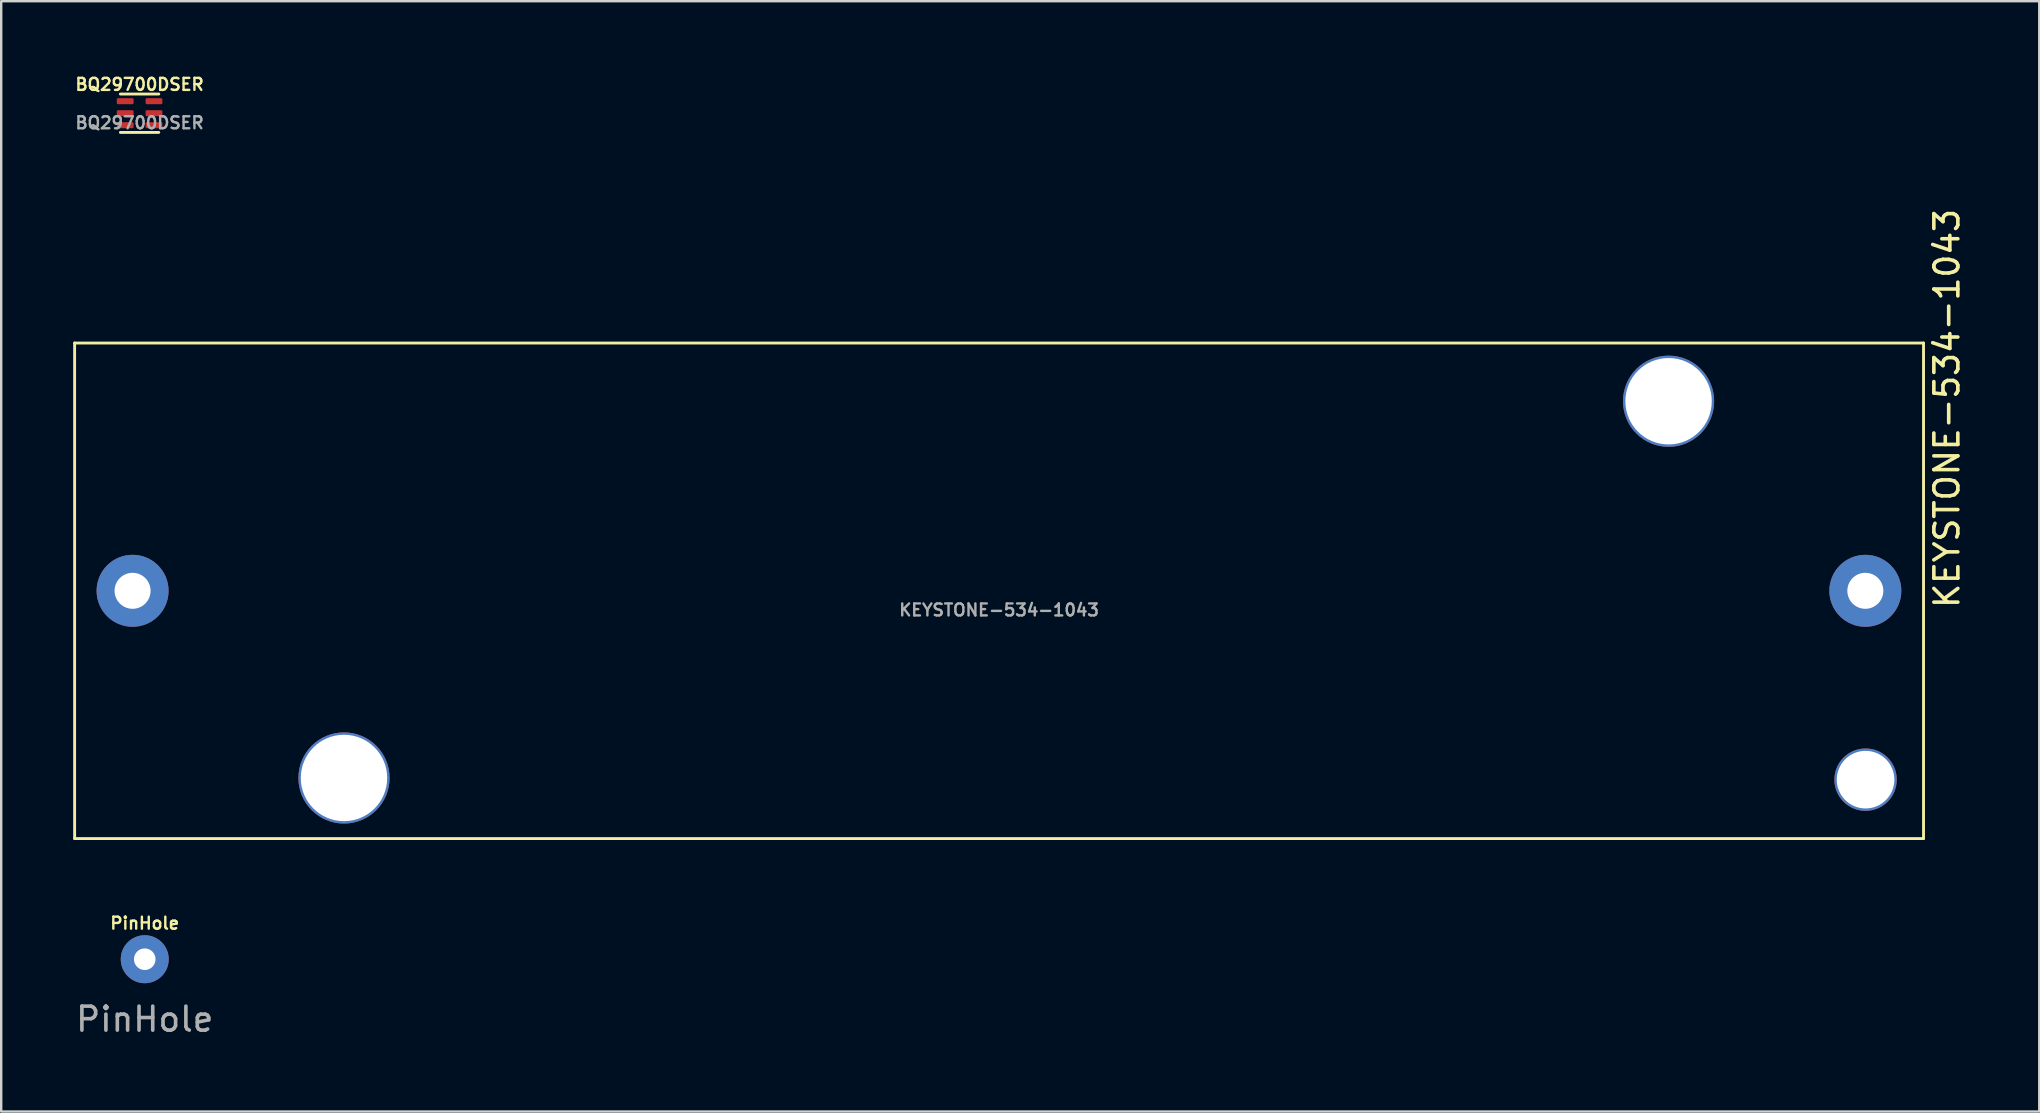
<source format=kicad_pcb>
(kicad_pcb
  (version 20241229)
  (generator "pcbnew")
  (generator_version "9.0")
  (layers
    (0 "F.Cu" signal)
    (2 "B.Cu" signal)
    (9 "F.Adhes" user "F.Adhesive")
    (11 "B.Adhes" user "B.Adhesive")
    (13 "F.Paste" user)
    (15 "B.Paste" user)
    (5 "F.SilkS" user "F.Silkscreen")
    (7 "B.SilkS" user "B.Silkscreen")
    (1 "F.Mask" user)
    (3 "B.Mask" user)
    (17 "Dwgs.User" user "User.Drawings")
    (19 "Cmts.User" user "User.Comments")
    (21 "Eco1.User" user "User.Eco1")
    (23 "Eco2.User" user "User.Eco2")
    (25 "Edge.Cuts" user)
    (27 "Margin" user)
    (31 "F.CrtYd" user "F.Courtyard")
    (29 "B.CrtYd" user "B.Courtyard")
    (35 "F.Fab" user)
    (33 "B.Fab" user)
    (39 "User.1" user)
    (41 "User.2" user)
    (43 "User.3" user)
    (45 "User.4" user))
  (footprint "KEYSTONE-534-1043"
    (layer "F.Cu")
    (at 38.585 21.571)
    (property "Reference" "KEYSTONE-534-1043" (at 39.5 -7.6 90) (unlocked yes) (layer "F.SilkS") (effects (font (size 1 1) (thickness 0.15))))
    (attr through_hole)
    (fp_line (start -38.525 -10.325) (end 38.525 -10.325) (stroke (width 0.12) (type solid)) (layer "F.SilkS"))
    (fp_line (start -38.525 10.325) (end -38.525 -10.325) (stroke (width 0.12) (type solid)) (layer "F.SilkS"))
    (fp_line (start -38.525 10.325) (end 38.525 10.325) (stroke (width 0.12) (type solid)) (layer "F.SilkS"))
    (fp_line (start 38.525 -10.325) (end 38.525 10.325) (stroke (width 0.12) (type solid)) (layer "F.SilkS"))
    (fp_text user "${REFERENCE}" (at 0 0.8 0) (unlocked yes) (layer "F.Fab") (effects (font (size 0.5 0.5) (thickness 0.1))))
    (pad "" np_thru_hole circle (at -27.3 7.8) (size 3.8 3.8) (drill 3.6) (layers "*.Cu" "*.Mask"))
    (pad "" np_thru_hole circle (at 27.9 -7.9) (size 3.8 3.8) (drill 3.6) (layers "*.Cu" "*.Mask"))
    (pad "" np_thru_hole circle (at 36.11 7.87) (size 2.6 2.6) (drill 2.4) (layers "*.Cu" "*.Mask"))
    (pad "1" thru_hole circle (at 36.1 0) (size 3 3) (drill 1.5) (layers "*.Cu" "*.Mask"))
    (pad "2" thru_hole circle (at -36.11 0) (size 3 3) (drill 1.5) (layers "*.Cu" "*.Mask")))
  (footprint "BQ29700DSER"
    (layer "F.Cu")
    (at 2.767 1.668)
    (property "Reference" "BQ29700DSER" (at 0 -1.2 0) (unlocked yes) (layer "F.SilkS") (effects (font (size 0.5 0.5) (thickness 0.1))))
    (attr smd)
    (fp_line (start -0.8 -0.8) (end 0.8 -0.8) (stroke (width 0.12) (type solid)) (layer "F.SilkS"))
    (fp_line (start -0.8 0.8) (end 0.8 0.8) (stroke (width 0.12) (type solid)) (layer "F.SilkS"))
    (fp_text user "${REFERENCE}" (at 0 0.4 0) (unlocked yes) (layer "F.Fab") (effects (font (size 0.5 0.5) (thickness 0.1))))
    (pad "1" smd roundrect (at -0.6 -0.5) (size 0.7 0.25) (layers "F.Cu" "F.Mask" "F.Paste") (roundrect_rratio 0.2))
    (pad "2" smd roundrect (at -0.6 0) (size 0.7 0.25) (layers "F.Cu" "F.Mask" "F.Paste") (roundrect_rratio 0.2))
    (pad "3" smd roundrect (at -0.6 0.5) (size 0.7 0.25) (layers "F.Cu" "F.Mask" "F.Paste") (roundrect_rratio 0.2))
    (pad "4" smd roundrect (at 0.6 0.5) (size 0.7 0.25) (layers "F.Cu" "F.Mask" "F.Paste") (roundrect_rratio 0.2))
    (pad "5" smd roundrect (at 0.6 0) (size 0.7 0.25) (layers "F.Cu" "F.Mask" "F.Paste") (roundrect_rratio 0.2))
    (pad "6" smd roundrect (at 0.6 -0.5) (size 0.7 0.25) (layers "F.Cu" "F.Mask" "F.Paste") (roundrect_rratio 0.2)))
  (footprint "PinHole"
    (layer "F.Cu")
    (at 2.982 36.924)
    (property "Reference" "PinHole" (at 0 -1.5 0) (unlocked yes) (layer "F.SilkS") (effects (font (size 0.5 0.5) (thickness 0.1))))
    (attr through_hole)
    (fp_text user "${REFERENCE}" (at 0 2.5 0) (unlocked yes) (layer "F.Fab") (effects (font (size 1 1) (thickness 0.15))))
    (pad "1" thru_hole circle (at 0 0) (size 2 2) (drill 0.9) (layers "*.Cu" "*.Mask")))
  (gr_rect
    (start -3 -3)
    (end 81.933 43.272)
    (stroke (width 0.1) (type default))
    (fill no)
    (layer "Edge.Cuts")))
</source>
